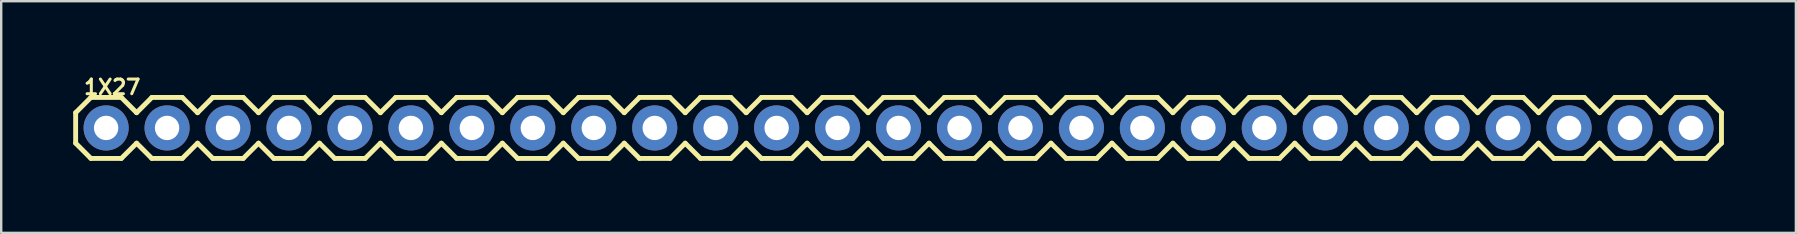
<source format=kicad_pcb>
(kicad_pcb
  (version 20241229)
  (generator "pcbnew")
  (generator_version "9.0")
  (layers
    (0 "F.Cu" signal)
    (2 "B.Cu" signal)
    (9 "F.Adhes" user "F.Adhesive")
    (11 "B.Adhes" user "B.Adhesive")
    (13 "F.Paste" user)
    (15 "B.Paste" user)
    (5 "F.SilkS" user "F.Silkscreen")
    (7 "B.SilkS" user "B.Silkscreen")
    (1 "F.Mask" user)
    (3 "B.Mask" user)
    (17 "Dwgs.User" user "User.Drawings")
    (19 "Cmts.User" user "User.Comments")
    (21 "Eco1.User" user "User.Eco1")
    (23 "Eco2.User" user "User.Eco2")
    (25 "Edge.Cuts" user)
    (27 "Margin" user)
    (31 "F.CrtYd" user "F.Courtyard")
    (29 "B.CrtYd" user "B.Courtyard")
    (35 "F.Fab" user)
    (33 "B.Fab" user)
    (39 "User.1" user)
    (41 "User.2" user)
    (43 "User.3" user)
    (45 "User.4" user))
  (footprint "1X27"
    (layer "F.Cu")
    (at 1.372 2.281)
    (property "Reference" "1X27" (at 0.254 -1.702 0) (layer "F.SilkS") (effects (font (size 0.61 0.61) (thickness 0.127))))
    (attr exclude_from_pos_files exclude_from_bom)
    (fp_line (start -1.27 -0.635) (end -1.27 0.635) (stroke (width 0.203) (type solid)) (layer "F.SilkS"))
    (fp_line (start -1.27 0.635) (end -0.635 1.27) (stroke (width 0.203) (type solid)) (layer "F.SilkS"))
    (fp_line (start -0.635 -1.27) (end -1.27 -0.635) (stroke (width 0.203) (type solid)) (layer "F.SilkS"))
    (fp_line (start -0.635 -1.27) (end 0.635 -1.27) (stroke (width 0.203) (type solid)) (layer "F.SilkS"))
    (fp_line (start 0.635 -1.27) (end 1.27 -0.635) (stroke (width 0.203) (type solid)) (layer "F.SilkS"))
    (fp_line (start 0.635 1.27) (end -0.635 1.27) (stroke (width 0.203) (type solid)) (layer "F.SilkS"))
    (fp_line (start 1.27 -0.635) (end 1.905 -1.27) (stroke (width 0.203) (type solid)) (layer "F.SilkS"))
    (fp_line (start 1.27 0.635) (end 0.635 1.27) (stroke (width 0.203) (type solid)) (layer "F.SilkS"))
    (fp_line (start 1.905 -1.27) (end 3.175 -1.27) (stroke (width 0.203) (type solid)) (layer "F.SilkS"))
    (fp_line (start 1.905 1.27) (end 1.27 0.635) (stroke (width 0.203) (type solid)) (layer "F.SilkS"))
    (fp_line (start 3.175 -1.27) (end 3.81 -0.635) (stroke (width 0.203) (type solid)) (layer "F.SilkS"))
    (fp_line (start 3.175 1.27) (end 1.905 1.27) (stroke (width 0.203) (type solid)) (layer "F.SilkS"))
    (fp_line (start 3.81 -0.635) (end 4.445 -1.27) (stroke (width 0.203) (type solid)) (layer "F.SilkS"))
    (fp_line (start 3.81 0.635) (end 3.175 1.27) (stroke (width 0.203) (type solid)) (layer "F.SilkS"))
    (fp_line (start 4.445 -1.27) (end 5.715 -1.27) (stroke (width 0.203) (type solid)) (layer "F.SilkS"))
    (fp_line (start 4.445 1.27) (end 3.81 0.635) (stroke (width 0.203) (type solid)) (layer "F.SilkS"))
    (fp_line (start 5.715 -1.27) (end 6.35 -0.635) (stroke (width 0.203) (type solid)) (layer "F.SilkS"))
    (fp_line (start 5.715 1.27) (end 4.445 1.27) (stroke (width 0.203) (type solid)) (layer "F.SilkS"))
    (fp_line (start 6.35 0.635) (end 5.715 1.27) (stroke (width 0.203) (type solid)) (layer "F.SilkS"))
    (fp_line (start 6.35 0.635) (end 6.985 1.27) (stroke (width 0.203) (type solid)) (layer "F.SilkS"))
    (fp_line (start 6.985 -1.27) (end 6.35 -0.635) (stroke (width 0.203) (type solid)) (layer "F.SilkS"))
    (fp_line (start 6.985 -1.27) (end 8.255 -1.27) (stroke (width 0.203) (type solid)) (layer "F.SilkS"))
    (fp_line (start 8.255 -1.27) (end 8.89 -0.635) (stroke (width 0.203) (type solid)) (layer "F.SilkS"))
    (fp_line (start 8.255 1.27) (end 6.985 1.27) (stroke (width 0.203) (type solid)) (layer "F.SilkS"))
    (fp_line (start 8.89 -0.635) (end 9.525 -1.27) (stroke (width 0.203) (type solid)) (layer "F.SilkS"))
    (fp_line (start 8.89 0.635) (end 8.255 1.27) (stroke (width 0.203) (type solid)) (layer "F.SilkS"))
    (fp_line (start 9.525 -1.27) (end 10.795 -1.27) (stroke (width 0.203) (type solid)) (layer "F.SilkS"))
    (fp_line (start 9.525 1.27) (end 8.89 0.635) (stroke (width 0.203) (type solid)) (layer "F.SilkS"))
    (fp_line (start 10.795 -1.27) (end 11.43 -0.635) (stroke (width 0.203) (type solid)) (layer "F.SilkS"))
    (fp_line (start 10.795 1.27) (end 9.525 1.27) (stroke (width 0.203) (type solid)) (layer "F.SilkS"))
    (fp_line (start 11.43 -0.635) (end 12.065 -1.27) (stroke (width 0.203) (type solid)) (layer "F.SilkS"))
    (fp_line (start 11.43 0.635) (end 10.795 1.27) (stroke (width 0.203) (type solid)) (layer "F.SilkS"))
    (fp_line (start 12.065 -1.27) (end 13.335 -1.27) (stroke (width 0.203) (type solid)) (layer "F.SilkS"))
    (fp_line (start 12.065 1.27) (end 11.43 0.635) (stroke (width 0.203) (type solid)) (layer "F.SilkS"))
    (fp_line (start 13.335 -1.27) (end 13.97 -0.635) (stroke (width 0.203) (type solid)) (layer "F.SilkS"))
    (fp_line (start 13.335 1.27) (end 12.065 1.27) (stroke (width 0.203) (type solid)) (layer "F.SilkS"))
    (fp_line (start 13.97 0.635) (end 13.335 1.27) (stroke (width 0.203) (type solid)) (layer "F.SilkS"))
    (fp_line (start 13.97 0.635) (end 14.605 1.27) (stroke (width 0.203) (type solid)) (layer "F.SilkS"))
    (fp_line (start 14.605 -1.27) (end 13.97 -0.635) (stroke (width 0.203) (type solid)) (layer "F.SilkS"))
    (fp_line (start 14.605 -1.27) (end 15.875 -1.27) (stroke (width 0.203) (type solid)) (layer "F.SilkS"))
    (fp_line (start 15.875 -1.27) (end 16.51 -0.635) (stroke (width 0.203) (type solid)) (layer "F.SilkS"))
    (fp_line (start 15.875 1.27) (end 14.605 1.27) (stroke (width 0.203) (type solid)) (layer "F.SilkS"))
    (fp_line (start 16.51 0.635) (end 15.875 1.27) (stroke (width 0.203) (type solid)) (layer "F.SilkS"))
    (fp_line (start 16.51 0.635) (end 17.145 1.27) (stroke (width 0.203) (type solid)) (layer "F.SilkS"))
    (fp_line (start 17.145 -1.27) (end 16.51 -0.635) (stroke (width 0.203) (type solid)) (layer "F.SilkS"))
    (fp_line (start 17.145 -1.27) (end 18.415 -1.27) (stroke (width 0.203) (type solid)) (layer "F.SilkS"))
    (fp_line (start 18.415 -1.27) (end 19.05 -0.635) (stroke (width 0.203) (type solid)) (layer "F.SilkS"))
    (fp_line (start 18.415 1.27) (end 17.145 1.27) (stroke (width 0.203) (type solid)) (layer "F.SilkS"))
    (fp_line (start 19.05 -0.635) (end 19.685 -1.27) (stroke (width 0.203) (type solid)) (layer "F.SilkS"))
    (fp_line (start 19.05 0.635) (end 18.415 1.27) (stroke (width 0.203) (type solid)) (layer "F.SilkS"))
    (fp_line (start 19.685 -1.27) (end 20.955 -1.27) (stroke (width 0.203) (type solid)) (layer "F.SilkS"))
    (fp_line (start 19.685 1.27) (end 19.05 0.635) (stroke (width 0.203) (type solid)) (layer "F.SilkS"))
    (fp_line (start 20.955 -1.27) (end 21.59 -0.635) (stroke (width 0.203) (type solid)) (layer "F.SilkS"))
    (fp_line (start 20.955 1.27) (end 19.685 1.27) (stroke (width 0.203) (type solid)) (layer "F.SilkS"))
    (fp_line (start 21.59 -0.635) (end 22.225 -1.27) (stroke (width 0.203) (type solid)) (layer "F.SilkS"))
    (fp_line (start 21.59 0.635) (end 20.955 1.27) (stroke (width 0.203) (type solid)) (layer "F.SilkS"))
    (fp_line (start 22.225 -1.27) (end 23.495 -1.27) (stroke (width 0.203) (type solid)) (layer "F.SilkS"))
    (fp_line (start 22.225 1.27) (end 21.59 0.635) (stroke (width 0.203) (type solid)) (layer "F.SilkS"))
    (fp_line (start 23.495 -1.27) (end 24.13 -0.635) (stroke (width 0.203) (type solid)) (layer "F.SilkS"))
    (fp_line (start 23.495 1.27) (end 22.225 1.27) (stroke (width 0.203) (type solid)) (layer "F.SilkS"))
    (fp_line (start 24.13 0.635) (end 23.495 1.27) (stroke (width 0.203) (type solid)) (layer "F.SilkS"))
    (fp_line (start 24.13 0.635) (end 24.765 1.27) (stroke (width 0.203) (type solid)) (layer "F.SilkS"))
    (fp_line (start 24.765 -1.27) (end 24.13 -0.635) (stroke (width 0.203) (type solid)) (layer "F.SilkS"))
    (fp_line (start 24.765 -1.27) (end 26.035 -1.27) (stroke (width 0.203) (type solid)) (layer "F.SilkS"))
    (fp_line (start 26.035 -1.27) (end 26.67 -0.635) (stroke (width 0.203) (type solid)) (layer "F.SilkS"))
    (fp_line (start 26.035 1.27) (end 24.765 1.27) (stroke (width 0.203) (type solid)) (layer "F.SilkS"))
    (fp_line (start 26.67 -0.635) (end 27.305 -1.27) (stroke (width 0.203) (type solid)) (layer "F.SilkS"))
    (fp_line (start 26.67 0.635) (end 26.035 1.27) (stroke (width 0.203) (type solid)) (layer "F.SilkS"))
    (fp_line (start 27.305 -1.27) (end 28.575 -1.27) (stroke (width 0.203) (type solid)) (layer "F.SilkS"))
    (fp_line (start 27.305 1.27) (end 26.67 0.635) (stroke (width 0.203) (type solid)) (layer "F.SilkS"))
    (fp_line (start 28.575 -1.27) (end 29.21 -0.635) (stroke (width 0.203) (type solid)) (layer "F.SilkS"))
    (fp_line (start 28.575 1.27) (end 27.305 1.27) (stroke (width 0.203) (type solid)) (layer "F.SilkS"))
    (fp_line (start 29.21 -0.635) (end 29.845 -1.27) (stroke (width 0.203) (type solid)) (layer "F.SilkS"))
    (fp_line (start 29.21 0.635) (end 28.575 1.27) (stroke (width 0.203) (type solid)) (layer "F.SilkS"))
    (fp_line (start 29.845 -1.27) (end 31.115 -1.27) (stroke (width 0.203) (type solid)) (layer "F.SilkS"))
    (fp_line (start 29.845 1.27) (end 29.21 0.635) (stroke (width 0.203) (type solid)) (layer "F.SilkS"))
    (fp_line (start 31.115 -1.27) (end 31.75 -0.635) (stroke (width 0.203) (type solid)) (layer "F.SilkS"))
    (fp_line (start 31.115 1.27) (end 29.845 1.27) (stroke (width 0.203) (type solid)) (layer "F.SilkS"))
    (fp_line (start 31.75 0.635) (end 31.115 1.27) (stroke (width 0.203) (type solid)) (layer "F.SilkS"))
    (fp_line (start 31.75 0.635) (end 32.385 1.27) (stroke (width 0.203) (type solid)) (layer "F.SilkS"))
    (fp_line (start 32.385 -1.27) (end 31.75 -0.635) (stroke (width 0.203) (type solid)) (layer "F.SilkS"))
    (fp_line (start 32.385 -1.27) (end 33.655 -1.27) (stroke (width 0.203) (type solid)) (layer "F.SilkS"))
    (fp_line (start 33.655 -1.27) (end 34.29 -0.635) (stroke (width 0.203) (type solid)) (layer "F.SilkS"))
    (fp_line (start 33.655 1.27) (end 32.385 1.27) (stroke (width 0.203) (type solid)) (layer "F.SilkS"))
    (fp_line (start 34.29 0.635) (end 33.655 1.27) (stroke (width 0.203) (type solid)) (layer "F.SilkS"))
    (fp_line (start 34.29 0.635) (end 34.925 1.27) (stroke (width 0.203) (type solid)) (layer "F.SilkS"))
    (fp_line (start 34.925 -1.27) (end 34.29 -0.635) (stroke (width 0.203) (type solid)) (layer "F.SilkS"))
    (fp_line (start 34.925 -1.27) (end 36.195 -1.27) (stroke (width 0.203) (type solid)) (layer "F.SilkS"))
    (fp_line (start 36.195 -1.27) (end 36.83 -0.635) (stroke (width 0.203) (type solid)) (layer "F.SilkS"))
    (fp_line (start 36.195 1.27) (end 34.925 1.27) (stroke (width 0.203) (type solid)) (layer "F.SilkS"))
    (fp_line (start 36.83 0.635) (end 36.195 1.27) (stroke (width 0.203) (type solid)) (layer "F.SilkS"))
    (fp_line (start 36.83 0.635) (end 37.465 1.27) (stroke (width 0.203) (type solid)) (layer "F.SilkS"))
    (fp_line (start 37.465 -1.27) (end 36.83 -0.635) (stroke (width 0.203) (type solid)) (layer "F.SilkS"))
    (fp_line (start 37.465 -1.27) (end 38.735 -1.27) (stroke (width 0.203) (type solid)) (layer "F.SilkS"))
    (fp_line (start 38.735 -1.27) (end 39.37 -0.635) (stroke (width 0.203) (type solid)) (layer "F.SilkS"))
    (fp_line (start 38.735 1.27) (end 37.465 1.27) (stroke (width 0.203) (type solid)) (layer "F.SilkS"))
    (fp_line (start 39.37 0.635) (end 38.735 1.27) (stroke (width 0.203) (type solid)) (layer "F.SilkS"))
    (fp_line (start 39.37 0.635) (end 40.005 1.27) (stroke (width 0.203) (type solid)) (layer "F.SilkS"))
    (fp_line (start 40.005 -1.27) (end 39.37 -0.635) (stroke (width 0.203) (type solid)) (layer "F.SilkS"))
    (fp_line (start 40.005 -1.27) (end 41.275 -1.27) (stroke (width 0.203) (type solid)) (layer "F.SilkS"))
    (fp_line (start 41.275 -1.27) (end 41.91 -0.635) (stroke (width 0.203) (type solid)) (layer "F.SilkS"))
    (fp_line (start 41.275 1.27) (end 40.005 1.27) (stroke (width 0.203) (type solid)) (layer "F.SilkS"))
    (fp_line (start 41.91 0.635) (end 41.275 1.27) (stroke (width 0.203) (type solid)) (layer "F.SilkS"))
    (fp_line (start 41.91 0.635) (end 42.545 1.27) (stroke (width 0.203) (type solid)) (layer "F.SilkS"))
    (fp_line (start 42.545 -1.27) (end 41.91 -0.635) (stroke (width 0.203) (type solid)) (layer "F.SilkS"))
    (fp_line (start 42.545 -1.27) (end 43.815 -1.27) (stroke (width 0.203) (type solid)) (layer "F.SilkS"))
    (fp_line (start 43.815 -1.27) (end 44.45 -0.635) (stroke (width 0.203) (type solid)) (layer "F.SilkS"))
    (fp_line (start 43.815 1.27) (end 42.545 1.27) (stroke (width 0.203) (type solid)) (layer "F.SilkS"))
    (fp_line (start 44.45 0.635) (end 43.815 1.27) (stroke (width 0.203) (type solid)) (layer "F.SilkS"))
    (fp_line (start 44.45 0.635) (end 45.085 1.27) (stroke (width 0.203) (type solid)) (layer "F.SilkS"))
    (fp_line (start 45.085 -1.27) (end 44.45 -0.635) (stroke (width 0.203) (type solid)) (layer "F.SilkS"))
    (fp_line (start 45.085 -1.27) (end 46.355 -1.27) (stroke (width 0.203) (type solid)) (layer "F.SilkS"))
    (fp_line (start 46.355 -1.27) (end 46.99 -0.635) (stroke (width 0.203) (type solid)) (layer "F.SilkS"))
    (fp_line (start 46.355 1.27) (end 45.085 1.27) (stroke (width 0.203) (type solid)) (layer "F.SilkS"))
    (fp_line (start 46.99 0.635) (end 46.355 1.27) (stroke (width 0.203) (type solid)) (layer "F.SilkS"))
    (fp_line (start 46.99 0.635) (end 47.625 1.27) (stroke (width 0.203) (type solid)) (layer "F.SilkS"))
    (fp_line (start 47.625 -1.27) (end 46.99 -0.635) (stroke (width 0.203) (type solid)) (layer "F.SilkS"))
    (fp_line (start 47.625 -1.27) (end 48.895 -1.27) (stroke (width 0.203) (type solid)) (layer "F.SilkS"))
    (fp_line (start 48.895 -1.27) (end 49.53 -0.635) (stroke (width 0.203) (type solid)) (layer "F.SilkS"))
    (fp_line (start 48.895 1.27) (end 47.625 1.27) (stroke (width 0.203) (type solid)) (layer "F.SilkS"))
    (fp_line (start 49.53 0.635) (end 48.895 1.27) (stroke (width 0.203) (type solid)) (layer "F.SilkS"))
    (fp_line (start 49.53 0.635) (end 50.165 1.27) (stroke (width 0.203) (type solid)) (layer "F.SilkS"))
    (fp_line (start 50.165 -1.27) (end 49.53 -0.635) (stroke (width 0.203) (type solid)) (layer "F.SilkS"))
    (fp_line (start 50.165 -1.27) (end 51.435 -1.27) (stroke (width 0.203) (type solid)) (layer "F.SilkS"))
    (fp_line (start 51.435 -1.27) (end 52.07 -0.635) (stroke (width 0.203) (type solid)) (layer "F.SilkS"))
    (fp_line (start 51.435 1.27) (end 50.165 1.27) (stroke (width 0.203) (type solid)) (layer "F.SilkS"))
    (fp_line (start 52.07 0.635) (end 51.435 1.27) (stroke (width 0.203) (type solid)) (layer "F.SilkS"))
    (fp_line (start 52.07 0.635) (end 52.705 1.27) (stroke (width 0.203) (type solid)) (layer "F.SilkS"))
    (fp_line (start 52.705 -1.27) (end 52.07 -0.635) (stroke (width 0.203) (type solid)) (layer "F.SilkS"))
    (fp_line (start 52.705 -1.27) (end 53.975 -1.27) (stroke (width 0.203) (type solid)) (layer "F.SilkS"))
    (fp_line (start 53.975 -1.27) (end 54.61 -0.635) (stroke (width 0.203) (type solid)) (layer "F.SilkS"))
    (fp_line (start 53.975 1.27) (end 52.705 1.27) (stroke (width 0.203) (type solid)) (layer "F.SilkS"))
    (fp_line (start 54.61 0.635) (end 53.975 1.27) (stroke (width 0.203) (type solid)) (layer "F.SilkS"))
    (fp_line (start 54.61 0.635) (end 55.245 1.27) (stroke (width 0.203) (type solid)) (layer "F.SilkS"))
    (fp_line (start 55.245 -1.27) (end 54.61 -0.635) (stroke (width 0.203) (type solid)) (layer "F.SilkS"))
    (fp_line (start 55.245 -1.27) (end 56.515 -1.27) (stroke (width 0.203) (type solid)) (layer "F.SilkS"))
    (fp_line (start 56.515 -1.27) (end 57.15 -0.635) (stroke (width 0.203) (type solid)) (layer "F.SilkS"))
    (fp_line (start 56.515 1.27) (end 55.245 1.27) (stroke (width 0.203) (type solid)) (layer "F.SilkS"))
    (fp_line (start 57.15 -0.635) (end 57.785 -1.27) (stroke (width 0.203) (type solid)) (layer "F.SilkS"))
    (fp_line (start 57.15 0.635) (end 56.515 1.27) (stroke (width 0.203) (type solid)) (layer "F.SilkS"))
    (fp_line (start 57.15 0.635) (end 57.785 1.27) (stroke (width 0.203) (type solid)) (layer "F.SilkS"))
    (fp_line (start 57.785 -1.27) (end 59.055 -1.27) (stroke (width 0.203) (type solid)) (layer "F.SilkS"))
    (fp_line (start 59.055 -1.27) (end 59.69 -0.635) (stroke (width 0.203) (type solid)) (layer "F.SilkS"))
    (fp_line (start 59.055 1.27) (end 57.785 1.27) (stroke (width 0.203) (type solid)) (layer "F.SilkS"))
    (fp_line (start 59.69 0.635) (end 59.055 1.27) (stroke (width 0.203) (type solid)) (layer "F.SilkS"))
    (fp_line (start 59.69 0.635) (end 60.325 1.27) (stroke (width 0.203) (type solid)) (layer "F.SilkS"))
    (fp_line (start 60.325 -1.27) (end 59.69 -0.635) (stroke (width 0.203) (type solid)) (layer "F.SilkS"))
    (fp_line (start 60.325 -1.27) (end 61.595 -1.27) (stroke (width 0.203) (type solid)) (layer "F.SilkS"))
    (fp_line (start 61.595 -1.27) (end 62.23 -0.635) (stroke (width 0.203) (type solid)) (layer "F.SilkS"))
    (fp_line (start 61.595 1.27) (end 60.325 1.27) (stroke (width 0.203) (type solid)) (layer "F.SilkS"))
    (fp_line (start 62.23 -0.635) (end 62.865 -1.27) (stroke (width 0.203) (type solid)) (layer "F.SilkS"))
    (fp_line (start 62.23 0.635) (end 61.595 1.27) (stroke (width 0.203) (type solid)) (layer "F.SilkS"))
    (fp_line (start 62.23 0.635) (end 62.865 1.27) (stroke (width 0.203) (type solid)) (layer "F.SilkS"))
    (fp_line (start 62.865 -1.27) (end 64.135 -1.27) (stroke (width 0.203) (type solid)) (layer "F.SilkS"))
    (fp_line (start 64.135 -1.27) (end 64.77 -0.635) (stroke (width 0.203) (type solid)) (layer "F.SilkS"))
    (fp_line (start 64.135 1.27) (end 62.865 1.27) (stroke (width 0.203) (type solid)) (layer "F.SilkS"))
    (fp_line (start 64.77 0.635) (end 64.135 1.27) (stroke (width 0.203) (type solid)) (layer "F.SilkS"))
    (fp_line (start 64.77 0.635) (end 65.405 1.27) (stroke (width 0.203) (type solid)) (layer "F.SilkS"))
    (fp_line (start 65.405 -1.27) (end 64.77 -0.635) (stroke (width 0.203) (type solid)) (layer "F.SilkS"))
    (fp_line (start 65.405 -1.27) (end 66.675 -1.27) (stroke (width 0.203) (type solid)) (layer "F.SilkS"))
    (fp_line (start 66.675 -1.27) (end 67.31 -0.635) (stroke (width 0.203) (type solid)) (layer "F.SilkS"))
    (fp_line (start 66.675 1.27) (end 65.405 1.27) (stroke (width 0.203) (type solid)) (layer "F.SilkS"))
    (fp_line (start 67.31 -0.635) (end 67.31 0.635) (stroke (width 0.203) (type solid)) (layer "F.SilkS"))
    (fp_line (start 67.31 0.635) (end 66.675 1.27) (stroke (width 0.203) (type solid)) (layer "F.SilkS"))
    (fp_line (start -0.254 -0.254) (end 0.254 -0.254) (stroke (width 0.066) (type solid)) (layer "Dwgs.User"))
    (fp_line (start -0.254 0.254) (end -0.254 -0.254) (stroke (width 0.066) (type solid)) (layer "Dwgs.User"))
    (fp_line (start -0.254 0.254) (end 0.254 0.254) (stroke (width 0.066) (type solid)) (layer "Dwgs.User"))
    (fp_line (start 0.254 0.254) (end 0.254 -0.254) (stroke (width 0.066) (type solid)) (layer "Dwgs.User"))
    (fp_line (start 2.286 -0.254) (end 2.794 -0.254) (stroke (width 0.066) (type solid)) (layer "Dwgs.User"))
    (fp_line (start 2.286 0.254) (end 2.286 -0.254) (stroke (width 0.066) (type solid)) (layer "Dwgs.User"))
    (fp_line (start 2.286 0.254) (end 2.794 0.254) (stroke (width 0.066) (type solid)) (layer "Dwgs.User"))
    (fp_line (start 2.794 0.254) (end 2.794 -0.254) (stroke (width 0.066) (type solid)) (layer "Dwgs.User"))
    (fp_line (start 4.826 -0.254) (end 5.334 -0.254) (stroke (width 0.066) (type solid)) (layer "Dwgs.User"))
    (fp_line (start 4.826 0.254) (end 4.826 -0.254) (stroke (width 0.066) (type solid)) (layer "Dwgs.User"))
    (fp_line (start 4.826 0.254) (end 5.334 0.254) (stroke (width 0.066) (type solid)) (layer "Dwgs.User"))
    (fp_line (start 5.334 0.254) (end 5.334 -0.254) (stroke (width 0.066) (type solid)) (layer "Dwgs.User"))
    (fp_line (start 7.366 -0.254) (end 7.874 -0.254) (stroke (width 0.066) (type solid)) (layer "Dwgs.User"))
    (fp_line (start 7.366 0.254) (end 7.366 -0.254) (stroke (width 0.066) (type solid)) (layer "Dwgs.User"))
    (fp_line (start 7.366 0.254) (end 7.874 0.254) (stroke (width 0.066) (type solid)) (layer "Dwgs.User"))
    (fp_line (start 7.874 0.254) (end 7.874 -0.254) (stroke (width 0.066) (type solid)) (layer "Dwgs.User"))
    (fp_line (start 9.906 -0.254) (end 10.414 -0.254) (stroke (width 0.066) (type solid)) (layer "Dwgs.User"))
    (fp_line (start 9.906 0.254) (end 9.906 -0.254) (stroke (width 0.066) (type solid)) (layer "Dwgs.User"))
    (fp_line (start 9.906 0.254) (end 10.414 0.254) (stroke (width 0.066) (type solid)) (layer "Dwgs.User"))
    (fp_line (start 10.414 0.254) (end 10.414 -0.254) (stroke (width 0.066) (type solid)) (layer "Dwgs.User"))
    (fp_line (start 12.446 -0.254) (end 12.954 -0.254) (stroke (width 0.066) (type solid)) (layer "Dwgs.User"))
    (fp_line (start 12.446 0.254) (end 12.446 -0.254) (stroke (width 0.066) (type solid)) (layer "Dwgs.User"))
    (fp_line (start 12.446 0.254) (end 12.954 0.254) (stroke (width 0.066) (type solid)) (layer "Dwgs.User"))
    (fp_line (start 12.954 0.254) (end 12.954 -0.254) (stroke (width 0.066) (type solid)) (layer "Dwgs.User"))
    (fp_line (start 14.986 -0.254) (end 15.494 -0.254) (stroke (width 0.066) (type solid)) (layer "Dwgs.User"))
    (fp_line (start 14.986 0.254) (end 14.986 -0.254) (stroke (width 0.066) (type solid)) (layer "Dwgs.User"))
    (fp_line (start 14.986 0.254) (end 15.494 0.254) (stroke (width 0.066) (type solid)) (layer "Dwgs.User"))
    (fp_line (start 15.494 0.254) (end 15.494 -0.254) (stroke (width 0.066) (type solid)) (layer "Dwgs.User"))
    (fp_line (start 17.523 -0.254) (end 18.034 -0.254) (stroke (width 0.066) (type solid)) (layer "Dwgs.User"))
    (fp_line (start 17.523 0.254) (end 17.523 -0.254) (stroke (width 0.066) (type solid)) (layer "Dwgs.User"))
    (fp_line (start 17.523 0.254) (end 18.034 0.254) (stroke (width 0.066) (type solid)) (layer "Dwgs.User"))
    (fp_line (start 18.034 0.254) (end 18.034 -0.254) (stroke (width 0.066) (type solid)) (layer "Dwgs.User"))
    (fp_line (start 20.066 -0.254) (end 20.574 -0.254) (stroke (width 0.066) (type solid)) (layer "Dwgs.User"))
    (fp_line (start 20.066 0.254) (end 20.066 -0.254) (stroke (width 0.066) (type solid)) (layer "Dwgs.User"))
    (fp_line (start 20.066 0.254) (end 20.574 0.254) (stroke (width 0.066) (type solid)) (layer "Dwgs.User"))
    (fp_line (start 20.574 0.254) (end 20.574 -0.254) (stroke (width 0.066) (type solid)) (layer "Dwgs.User"))
    (fp_line (start 22.606 -0.254) (end 23.114 -0.254) (stroke (width 0.066) (type solid)) (layer "Dwgs.User"))
    (fp_line (start 22.606 0.254) (end 22.606 -0.254) (stroke (width 0.066) (type solid)) (layer "Dwgs.User"))
    (fp_line (start 22.606 0.254) (end 23.114 0.254) (stroke (width 0.066) (type solid)) (layer "Dwgs.User"))
    (fp_line (start 23.114 0.254) (end 23.114 -0.254) (stroke (width 0.066) (type solid)) (layer "Dwgs.User"))
    (fp_line (start 25.146 -0.254) (end 25.654 -0.254) (stroke (width 0.066) (type solid)) (layer "Dwgs.User"))
    (fp_line (start 25.146 0.254) (end 25.146 -0.254) (stroke (width 0.066) (type solid)) (layer "Dwgs.User"))
    (fp_line (start 25.146 0.254) (end 25.654 0.254) (stroke (width 0.066) (type solid)) (layer "Dwgs.User"))
    (fp_line (start 25.654 0.254) (end 25.654 -0.254) (stroke (width 0.066) (type solid)) (layer "Dwgs.User"))
    (fp_line (start 27.686 -0.254) (end 28.194 -0.254) (stroke (width 0.066) (type solid)) (layer "Dwgs.User"))
    (fp_line (start 27.686 0.254) (end 27.686 -0.254) (stroke (width 0.066) (type solid)) (layer "Dwgs.User"))
    (fp_line (start 27.686 0.254) (end 28.194 0.254) (stroke (width 0.066) (type solid)) (layer "Dwgs.User"))
    (fp_line (start 28.194 0.254) (end 28.194 -0.254) (stroke (width 0.066) (type solid)) (layer "Dwgs.User"))
    (fp_line (start 30.226 -0.254) (end 30.734 -0.254) (stroke (width 0.066) (type solid)) (layer "Dwgs.User"))
    (fp_line (start 30.226 0.254) (end 30.226 -0.254) (stroke (width 0.066) (type solid)) (layer "Dwgs.User"))
    (fp_line (start 30.226 0.254) (end 30.734 0.254) (stroke (width 0.066) (type solid)) (layer "Dwgs.User"))
    (fp_line (start 30.734 0.254) (end 30.734 -0.254) (stroke (width 0.066) (type solid)) (layer "Dwgs.User"))
    (fp_line (start 32.766 -0.254) (end 33.274 -0.254) (stroke (width 0.066) (type solid)) (layer "Dwgs.User"))
    (fp_line (start 32.766 0.254) (end 32.766 -0.254) (stroke (width 0.066) (type solid)) (layer "Dwgs.User"))
    (fp_line (start 32.766 0.254) (end 33.274 0.254) (stroke (width 0.066) (type solid)) (layer "Dwgs.User"))
    (fp_line (start 33.274 0.254) (end 33.274 -0.254) (stroke (width 0.066) (type solid)) (layer "Dwgs.User"))
    (fp_line (start 35.303 -0.254) (end 35.814 -0.254) (stroke (width 0.066) (type solid)) (layer "Dwgs.User"))
    (fp_line (start 35.303 0.254) (end 35.303 -0.254) (stroke (width 0.066) (type solid)) (layer "Dwgs.User"))
    (fp_line (start 35.303 0.254) (end 35.814 0.254) (stroke (width 0.066) (type solid)) (layer "Dwgs.User"))
    (fp_line (start 35.814 0.254) (end 35.814 -0.254) (stroke (width 0.066) (type solid)) (layer "Dwgs.User"))
    (fp_line (start 37.846 -0.254) (end 38.354 -0.254) (stroke (width 0.066) (type solid)) (layer "Dwgs.User"))
    (fp_line (start 37.846 0.254) (end 37.846 -0.254) (stroke (width 0.066) (type solid)) (layer "Dwgs.User"))
    (fp_line (start 37.846 0.254) (end 38.354 0.254) (stroke (width 0.066) (type solid)) (layer "Dwgs.User"))
    (fp_line (start 38.354 0.254) (end 38.354 -0.254) (stroke (width 0.066) (type solid)) (layer "Dwgs.User"))
    (fp_line (start 40.386 -0.254) (end 40.894 -0.254) (stroke (width 0.066) (type solid)) (layer "Dwgs.User"))
    (fp_line (start 40.386 0.254) (end 40.386 -0.254) (stroke (width 0.066) (type solid)) (layer "Dwgs.User"))
    (fp_line (start 40.386 0.254) (end 40.894 0.254) (stroke (width 0.066) (type solid)) (layer "Dwgs.User"))
    (fp_line (start 40.894 0.254) (end 40.894 -0.254) (stroke (width 0.066) (type solid)) (layer "Dwgs.User"))
    (fp_line (start 42.926 -0.254) (end 43.434 -0.254) (stroke (width 0.066) (type solid)) (layer "Dwgs.User"))
    (fp_line (start 42.926 0.254) (end 42.926 -0.254) (stroke (width 0.066) (type solid)) (layer "Dwgs.User"))
    (fp_line (start 42.926 0.254) (end 43.434 0.254) (stroke (width 0.066) (type solid)) (layer "Dwgs.User"))
    (fp_line (start 43.434 0.254) (end 43.434 -0.254) (stroke (width 0.066) (type solid)) (layer "Dwgs.User"))
    (fp_line (start 45.466 -0.254) (end 45.974 -0.254) (stroke (width 0.066) (type solid)) (layer "Dwgs.User"))
    (fp_line (start 45.466 0.254) (end 45.466 -0.254) (stroke (width 0.066) (type solid)) (layer "Dwgs.User"))
    (fp_line (start 45.466 0.254) (end 45.974 0.254) (stroke (width 0.066) (type solid)) (layer "Dwgs.User"))
    (fp_line (start 45.974 0.254) (end 45.974 -0.254) (stroke (width 0.066) (type solid)) (layer "Dwgs.User"))
    (fp_line (start 48.006 -0.254) (end 48.514 -0.254) (stroke (width 0.066) (type solid)) (layer "Dwgs.User"))
    (fp_line (start 48.006 0.254) (end 48.006 -0.254) (stroke (width 0.066) (type solid)) (layer "Dwgs.User"))
    (fp_line (start 48.006 0.254) (end 48.514 0.254) (stroke (width 0.066) (type solid)) (layer "Dwgs.User"))
    (fp_line (start 48.514 0.254) (end 48.514 -0.254) (stroke (width 0.066) (type solid)) (layer "Dwgs.User"))
    (fp_line (start 50.546 -0.254) (end 51.051 -0.254) (stroke (width 0.066) (type solid)) (layer "Dwgs.User"))
    (fp_line (start 50.546 0.254) (end 50.546 -0.254) (stroke (width 0.066) (type solid)) (layer "Dwgs.User"))
    (fp_line (start 50.546 0.254) (end 51.051 0.254) (stroke (width 0.066) (type solid)) (layer "Dwgs.User"))
    (fp_line (start 51.051 0.254) (end 51.051 -0.254) (stroke (width 0.066) (type solid)) (layer "Dwgs.User"))
    (fp_line (start 53.086 -0.254) (end 53.594 -0.254) (stroke (width 0.066) (type solid)) (layer "Dwgs.User"))
    (fp_line (start 53.086 0.254) (end 53.086 -0.254) (stroke (width 0.066) (type solid)) (layer "Dwgs.User"))
    (fp_line (start 53.086 0.254) (end 53.594 0.254) (stroke (width 0.066) (type solid)) (layer "Dwgs.User"))
    (fp_line (start 53.594 0.254) (end 53.594 -0.254) (stroke (width 0.066) (type solid)) (layer "Dwgs.User"))
    (fp_line (start 55.626 -0.254) (end 56.134 -0.254) (stroke (width 0.066) (type solid)) (layer "Dwgs.User"))
    (fp_line (start 55.626 0.254) (end 55.626 -0.254) (stroke (width 0.066) (type solid)) (layer "Dwgs.User"))
    (fp_line (start 55.626 0.254) (end 56.134 0.254) (stroke (width 0.066) (type solid)) (layer "Dwgs.User"))
    (fp_line (start 56.134 0.254) (end 56.134 -0.254) (stroke (width 0.066) (type solid)) (layer "Dwgs.User"))
    (fp_line (start 58.166 -0.254) (end 58.674 -0.254) (stroke (width 0.066) (type solid)) (layer "Dwgs.User"))
    (fp_line (start 58.166 0.254) (end 58.166 -0.254) (stroke (width 0.066) (type solid)) (layer "Dwgs.User"))
    (fp_line (start 58.166 0.254) (end 58.674 0.254) (stroke (width 0.066) (type solid)) (layer "Dwgs.User"))
    (fp_line (start 58.674 0.254) (end 58.674 -0.254) (stroke (width 0.066) (type solid)) (layer "Dwgs.User"))
    (fp_line (start 60.706 -0.254) (end 61.214 -0.254) (stroke (width 0.066) (type solid)) (layer "Dwgs.User"))
    (fp_line (start 60.706 0.254) (end 60.706 -0.254) (stroke (width 0.066) (type solid)) (layer "Dwgs.User"))
    (fp_line (start 60.706 0.254) (end 61.214 0.254) (stroke (width 0.066) (type solid)) (layer "Dwgs.User"))
    (fp_line (start 61.214 0.254) (end 61.214 -0.254) (stroke (width 0.066) (type solid)) (layer "Dwgs.User"))
    (fp_line (start 63.246 -0.254) (end 63.751 -0.254) (stroke (width 0.066) (type solid)) (layer "Dwgs.User"))
    (fp_line (start 63.246 0.254) (end 63.246 -0.254) (stroke (width 0.066) (type solid)) (layer "Dwgs.User"))
    (fp_line (start 63.246 0.254) (end 63.751 0.254) (stroke (width 0.066) (type solid)) (layer "Dwgs.User"))
    (fp_line (start 63.751 0.254) (end 63.751 -0.254) (stroke (width 0.066) (type solid)) (layer "Dwgs.User"))
    (fp_line (start 65.786 -0.254) (end 66.294 -0.254) (stroke (width 0.066) (type solid)) (layer "Dwgs.User"))
    (fp_line (start 65.786 0.254) (end 65.786 -0.254) (stroke (width 0.066) (type solid)) (layer "Dwgs.User"))
    (fp_line (start 65.786 0.254) (end 66.294 0.254) (stroke (width 0.066) (type solid)) (layer "Dwgs.User"))
    (fp_line (start 66.294 0.254) (end 66.294 -0.254) (stroke (width 0.066) (type solid)) (layer "Dwgs.User"))
    (pad "1" thru_hole circle (at 0 0) (size 1.88 1.88) (drill 1.016) (layers "*.Cu" "*.Paste" "*.Mask"))
    (pad "2" thru_hole circle (at 2.54 0) (size 1.88 1.88) (drill 1.016) (layers "*.Cu" "*.Paste" "*.Mask"))
    (pad "3" thru_hole circle (at 5.08 0) (size 1.88 1.88) (drill 1.016) (layers "*.Cu" "*.Paste" "*.Mask"))
    (pad "4" thru_hole circle (at 7.62 0) (size 1.88 1.88) (drill 1.016) (layers "*.Cu" "*.Paste" "*.Mask"))
    (pad "5" thru_hole circle (at 10.16 0) (size 1.88 1.88) (drill 1.016) (layers "*.Cu" "*.Paste" "*.Mask"))
    (pad "6" thru_hole circle (at 12.7 0) (size 1.88 1.88) (drill 1.016) (layers "*.Cu" "*.Paste" "*.Mask"))
    (pad "7" thru_hole circle (at 15.24 0) (size 1.88 1.88) (drill 1.016) (layers "*.Cu" "*.Paste" "*.Mask"))
    (pad "8" thru_hole circle (at 17.78 0) (size 1.88 1.88) (drill 1.016) (layers "*.Cu" "*.Paste" "*.Mask"))
    (pad "9" thru_hole circle (at 20.32 0) (size 1.88 1.88) (drill 1.016) (layers "*.Cu" "*.Paste" "*.Mask"))
    (pad "10" thru_hole circle (at 22.86 0) (size 1.88 1.88) (drill 1.016) (layers "*.Cu" "*.Paste" "*.Mask"))
    (pad "11" thru_hole circle (at 25.4 0) (size 1.88 1.88) (drill 1.016) (layers "*.Cu" "*.Paste" "*.Mask"))
    (pad "12" thru_hole circle (at 27.94 0) (size 1.88 1.88) (drill 1.016) (layers "*.Cu" "*.Paste" "*.Mask"))
    (pad "13" thru_hole circle (at 30.48 0) (size 1.88 1.88) (drill 1.016) (layers "*.Cu" "*.Paste" "*.Mask"))
    (pad "14" thru_hole circle (at 33.02 0) (size 1.88 1.88) (drill 1.016) (layers "*.Cu" "*.Paste" "*.Mask"))
    (pad "15" thru_hole circle (at 35.56 0) (size 1.88 1.88) (drill 1.016) (layers "*.Cu" "*.Paste" "*.Mask"))
    (pad "16" thru_hole circle (at 38.1 0) (size 1.88 1.88) (drill 1.016) (layers "*.Cu" "*.Paste" "*.Mask"))
    (pad "17" thru_hole circle (at 40.64 0) (size 1.88 1.88) (drill 1.016) (layers "*.Cu" "*.Paste" "*.Mask"))
    (pad "18" thru_hole circle (at 43.18 0) (size 1.88 1.88) (drill 1.016) (layers "*.Cu" "*.Paste" "*.Mask"))
    (pad "19" thru_hole circle (at 45.72 0) (size 1.88 1.88) (drill 1.016) (layers "*.Cu" "*.Paste" "*.Mask"))
    (pad "20" thru_hole circle (at 48.26 0) (size 1.88 1.88) (drill 1.016) (layers "*.Cu" "*.Paste" "*.Mask"))
    (pad "21" thru_hole circle (at 50.8 0) (size 1.88 1.88) (drill 1.016) (layers "*.Cu" "*.Paste" "*.Mask"))
    (pad "22" thru_hole circle (at 53.34 0) (size 1.88 1.88) (drill 1.016) (layers "*.Cu" "*.Paste" "*.Mask"))
    (pad "23" thru_hole circle (at 55.88 0) (size 1.88 1.88) (drill 1.016) (layers "*.Cu" "*.Paste" "*.Mask"))
    (pad "24" thru_hole circle (at 58.42 0) (size 1.88 1.88) (drill 1.016) (layers "*.Cu" "*.Paste" "*.Mask"))
    (pad "25" thru_hole circle (at 60.96 0) (size 1.88 1.88) (drill 1.016) (layers "*.Cu" "*.Paste" "*.Mask"))
    (pad "26" thru_hole circle (at 63.5 0) (size 1.88 1.88) (drill 1.016) (layers "*.Cu" "*.Paste" "*.Mask"))
    (pad "27" thru_hole circle (at 66.04 0) (size 1.88 1.88) (drill 1.016) (layers "*.Cu" "*.Paste" "*.Mask")))
  (gr_rect
    (start -3 -3)
    (end 71.783 6.653)
    (stroke (width 0.1) (type default))
    (fill no)
    (layer "Edge.Cuts")))
</source>
